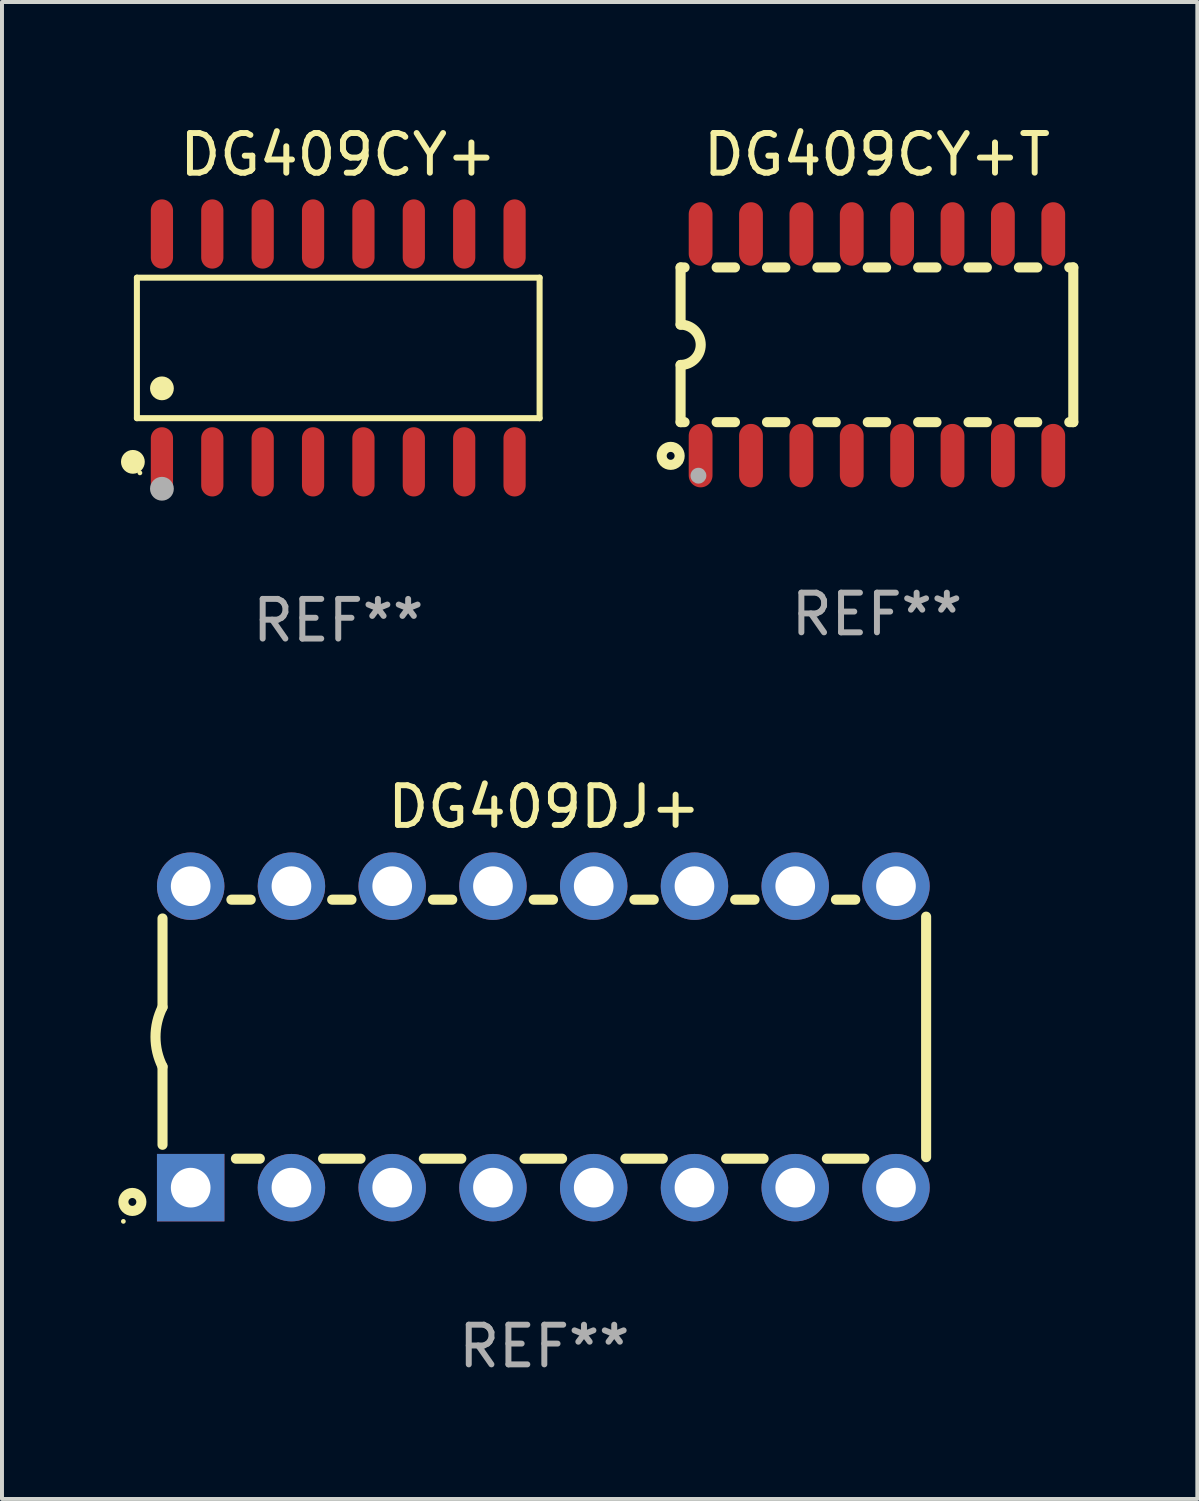
<source format=kicad_pcb>
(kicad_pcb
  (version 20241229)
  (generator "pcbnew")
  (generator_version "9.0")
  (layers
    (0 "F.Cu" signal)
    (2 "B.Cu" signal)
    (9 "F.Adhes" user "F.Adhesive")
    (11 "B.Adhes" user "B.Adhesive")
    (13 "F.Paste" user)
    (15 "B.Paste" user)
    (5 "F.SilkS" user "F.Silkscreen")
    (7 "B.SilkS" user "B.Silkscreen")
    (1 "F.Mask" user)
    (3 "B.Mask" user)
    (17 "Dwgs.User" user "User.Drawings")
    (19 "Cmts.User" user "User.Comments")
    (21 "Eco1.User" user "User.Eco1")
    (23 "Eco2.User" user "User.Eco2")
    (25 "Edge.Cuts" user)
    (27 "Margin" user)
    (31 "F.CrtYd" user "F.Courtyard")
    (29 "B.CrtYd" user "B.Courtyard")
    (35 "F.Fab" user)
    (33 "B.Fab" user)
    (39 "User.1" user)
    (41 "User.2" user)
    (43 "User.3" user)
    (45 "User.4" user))
  (footprint "DG409CY+T"
    (layer "F.Cu")
    (at 19.057 5.642)
    (property "Reference" "DG409CY+T" (at 0 -4.794 0) (layer "F.SilkS") (effects (font (size 1 1) (thickness 0.15))))
    (attr through_hole)
    (fp_line (start -4.95 -1.95) (end -4.95 -0.508) (stroke (width 0.254) (type solid)) (layer "F.SilkS"))
    (fp_line (start -4.95 -1.95) (end -4.849 -1.95) (stroke (width 0.254) (type solid)) (layer "F.SilkS"))
    (fp_line (start -4.95 1.95) (end -4.95 0.508) (stroke (width 0.254) (type solid)) (layer "F.SilkS"))
    (fp_line (start -4.95 1.95) (end -4.849 1.95) (stroke (width 0.254) (type solid)) (layer "F.SilkS"))
    (fp_line (start -4.041 -1.95) (end -3.579 -1.95) (stroke (width 0.254) (type solid)) (layer "F.SilkS"))
    (fp_line (start -4.041 1.95) (end -3.579 1.95) (stroke (width 0.254) (type solid)) (layer "F.SilkS"))
    (fp_line (start -2.771 -1.95) (end -2.309 -1.95) (stroke (width 0.254) (type solid)) (layer "F.SilkS"))
    (fp_line (start -2.771 1.95) (end -2.309 1.95) (stroke (width 0.254) (type solid)) (layer "F.SilkS"))
    (fp_line (start -1.501 -1.95) (end -1.039 -1.95) (stroke (width 0.254) (type solid)) (layer "F.SilkS"))
    (fp_line (start -1.501 1.95) (end -1.039 1.95) (stroke (width 0.254) (type solid)) (layer "F.SilkS"))
    (fp_line (start -0.231 -1.95) (end 0.231 -1.95) (stroke (width 0.254) (type solid)) (layer "F.SilkS"))
    (fp_line (start -0.231 1.95) (end 0.231 1.95) (stroke (width 0.254) (type solid)) (layer "F.SilkS"))
    (fp_line (start 1.039 -1.95) (end 1.501 -1.95) (stroke (width 0.254) (type solid)) (layer "F.SilkS"))
    (fp_line (start 1.039 1.95) (end 1.501 1.95) (stroke (width 0.254) (type solid)) (layer "F.SilkS"))
    (fp_line (start 2.309 -1.95) (end 2.771 -1.95) (stroke (width 0.254) (type solid)) (layer "F.SilkS"))
    (fp_line (start 2.309 1.95) (end 2.771 1.95) (stroke (width 0.254) (type solid)) (layer "F.SilkS"))
    (fp_line (start 3.579 -1.95) (end 4.041 -1.95) (stroke (width 0.254) (type solid)) (layer "F.SilkS"))
    (fp_line (start 3.579 1.95) (end 4.041 1.95) (stroke (width 0.254) (type solid)) (layer "F.SilkS"))
    (fp_line (start 4.849 -1.95) (end 4.95 -1.95) (stroke (width 0.254) (type solid)) (layer "F.SilkS"))
    (fp_line (start 4.849 1.95) (end 4.95 1.95) (stroke (width 0.254) (type solid)) (layer "F.SilkS"))
    (fp_line (start 4.95 -1.95) (end 4.95 1.95) (stroke (width 0.254) (type solid)) (layer "F.SilkS"))
    (fp_arc (start -4.95047 -0.508001) (mid -4.442469 -0.000228) (end -4.950013 0.508001) (stroke (width 0.254001) (type solid)) (layer "F.SilkS"))
    (fp_circle (center -5.2 2.8) (end -5.1 2.8) (stroke (width 0.254) (type solid)) (fill no) (layer "F.SilkS"))
    (fp_circle (center -4.95 2.947) (end -4.92 2.947) (stroke (width 0.06) (type solid)) (fill no) (layer "F.SilkS"))
    (fp_circle (center -4.5 3.3) (end -4.4 3.3) (stroke (width 0.2) (type solid)) (fill no) (layer "F.Fab"))
    (fp_text user "REF**" (at 0 6.794 0) (layer "F.Fab") (effects (font (size 1 1) (thickness 0.15))))
    (pad "1" smd oval (at -4.445 2.794) (size 0.6 1.6) (layers "F.Cu" "F.Mask" "F.Paste"))
    (pad "2" smd oval (at -3.175 2.794) (size 0.6 1.6) (layers "F.Cu" "F.Mask" "F.Paste"))
    (pad "3" smd oval (at -1.905 2.794) (size 0.6 1.6) (layers "F.Cu" "F.Mask" "F.Paste"))
    (pad "4" smd oval (at -0.635 2.794) (size 0.6 1.6) (layers "F.Cu" "F.Mask" "F.Paste"))
    (pad "5" smd oval (at 0.635 2.794) (size 0.6 1.6) (layers "F.Cu" "F.Mask" "F.Paste"))
    (pad "6" smd oval (at 1.905 2.794) (size 0.6 1.6) (layers "F.Cu" "F.Mask" "F.Paste"))
    (pad "7" smd oval (at 3.175 2.794) (size 0.6 1.6) (layers "F.Cu" "F.Mask" "F.Paste"))
    (pad "8" smd oval (at 4.445 2.794) (size 0.6 1.6) (layers "F.Cu" "F.Mask" "F.Paste"))
    (pad "9" smd oval (at 4.445 -2.794) (size 0.6 1.6) (layers "F.Cu" "F.Mask" "F.Paste"))
    (pad "10" smd oval (at 3.175 -2.794) (size 0.6 1.6) (layers "F.Cu" "F.Mask" "F.Paste"))
    (pad "11" smd oval (at 1.905 -2.794) (size 0.6 1.6) (layers "F.Cu" "F.Mask" "F.Paste"))
    (pad "12" smd oval (at 0.635 -2.794) (size 0.6 1.6) (layers "F.Cu" "F.Mask" "F.Paste"))
    (pad "13" smd oval (at -0.635 -2.794) (size 0.6 1.6) (layers "F.Cu" "F.Mask" "F.Paste"))
    (pad "14" smd oval (at -1.905 -2.794) (size 0.6 1.6) (layers "F.Cu" "F.Mask" "F.Paste"))
    (pad "15" smd oval (at -3.175 -2.794) (size 0.6 1.6) (layers "F.Cu" "F.Mask" "F.Paste"))
    (pad "16" smd oval (at -4.445 -2.794) (size 0.6 1.6) (layers "F.Cu" "F.Mask" "F.Paste")))
  (footprint "DG409DJ+"
    (layer "F.Cu")
    (at 10.672 23.09)
    (property "Reference" "DG409DJ+" (at 0 -5.8 0) (layer "F.SilkS") (effects (font (size 1 1) (thickness 0.15))))
    (attr through_hole)
    (fp_line (start -9.625 -0.75) (end -9.625 -2.986) (stroke (width 0.254) (type solid)) (layer "F.SilkS"))
    (fp_line (start -9.625 0.749) (end -9.625 2.719) (stroke (width 0.254) (type solid)) (layer "F.SilkS"))
    (fp_line (start -7.889 -3.46) (end -7.401 -3.46) (stroke (width 0.254) (type solid)) (layer "F.SilkS"))
    (fp_line (start -7.775 3.07) (end -7.172 3.07) (stroke (width 0.254) (type solid)) (layer "F.SilkS"))
    (fp_line (start -5.578 3.07) (end -4.632 3.07) (stroke (width 0.254) (type solid)) (layer "F.SilkS"))
    (fp_line (start -5.349 -3.46) (end -4.861 -3.46) (stroke (width 0.254) (type solid)) (layer "F.SilkS"))
    (fp_line (start -3.038 3.07) (end -2.092 3.07) (stroke (width 0.254) (type solid)) (layer "F.SilkS"))
    (fp_line (start -2.809 -3.46) (end -2.321 -3.46) (stroke (width 0.254) (type solid)) (layer "F.SilkS"))
    (fp_line (start -0.498 3.07) (end 0.448 3.07) (stroke (width 0.254) (type solid)) (layer "F.SilkS"))
    (fp_line (start -0.269 -3.46) (end 0.219 -3.46) (stroke (width 0.254) (type solid)) (layer "F.SilkS"))
    (fp_line (start 2.042 3.07) (end 2.988 3.07) (stroke (width 0.254) (type solid)) (layer "F.SilkS"))
    (fp_line (start 2.271 -3.46) (end 2.759 -3.46) (stroke (width 0.254) (type solid)) (layer "F.SilkS"))
    (fp_line (start 4.582 3.07) (end 5.528 3.07) (stroke (width 0.254) (type solid)) (layer "F.SilkS"))
    (fp_line (start 4.811 -3.46) (end 5.299 -3.46) (stroke (width 0.254) (type solid)) (layer "F.SilkS"))
    (fp_line (start 7.122 3.07) (end 8.068 3.07) (stroke (width 0.254) (type solid)) (layer "F.SilkS"))
    (fp_line (start 7.351 -3.46) (end 7.839 -3.46) (stroke (width 0.254) (type solid)) (layer "F.SilkS"))
    (fp_line (start 9.625 3.032) (end 9.625 -3.032) (stroke (width 0.254) (type solid)) (layer "F.SilkS"))
    (fp_arc (start -9.624993 0.748819) (mid -9.801912 -0.000581) (end -9.625019 -0.749987) (stroke (width 0.254001) (type solid)) (layer "F.SilkS"))
    (fp_circle (center -10.612 4.65) (end -10.582 4.65) (stroke (width 0.06) (type solid)) (fill no) (layer "F.SilkS"))
    (fp_circle (center -10.385 4.16) (end -10.285 4.16) (stroke (width 0.254) (type solid)) (fill no) (layer "F.SilkS"))
    (fp_text user "REF**" (at 0 7.8 0) (layer "F.Fab") (effects (font (size 1 1) (thickness 0.15))))
    (pad "1" thru_hole rect (at -8.915 3.8 90) (size 1.7 1.7) (drill 1) (layers "*.Cu" "*.Mask"))
    (pad "2" thru_hole circle (at -6.375 3.8) (size 1.7 1.7) (drill 1) (layers "*.Cu" "*.Mask"))
    (pad "3" thru_hole circle (at -3.835 3.8) (size 1.7 1.7) (drill 1) (layers "*.Cu" "*.Mask"))
    (pad "4" thru_hole circle (at -1.295 3.8) (size 1.7 1.7) (drill 1) (layers "*.Cu" "*.Mask"))
    (pad "5" thru_hole circle (at 1.245 3.8) (size 1.7 1.7) (drill 1) (layers "*.Cu" "*.Mask"))
    (pad "6" thru_hole circle (at 3.785 3.8) (size 1.7 1.7) (drill 1) (layers "*.Cu" "*.Mask"))
    (pad "7" thru_hole circle (at 6.325 3.8) (size 1.7 1.7) (drill 1) (layers "*.Cu" "*.Mask"))
    (pad "8" thru_hole circle (at 8.865 3.8) (size 1.7 1.7) (drill 1) (layers "*.Cu" "*.Mask"))
    (pad "9" thru_hole circle (at 8.865 -3.8) (size 1.7 1.7) (drill 1) (layers "*.Cu" "*.Mask"))
    (pad "10" thru_hole circle (at 6.325 -3.8) (size 1.7 1.7) (drill 1) (layers "*.Cu" "*.Mask"))
    (pad "11" thru_hole circle (at 3.785 -3.8) (size 1.7 1.7) (drill 1) (layers "*.Cu" "*.Mask"))
    (pad "12" thru_hole circle (at 1.245 -3.8) (size 1.7 1.7) (drill 1) (layers "*.Cu" "*.Mask"))
    (pad "13" thru_hole circle (at -1.295 -3.8) (size 1.7 1.7) (drill 1) (layers "*.Cu" "*.Mask"))
    (pad "14" thru_hole circle (at -3.835 -3.8) (size 1.7 1.7) (drill 1) (layers "*.Cu" "*.Mask"))
    (pad "15" thru_hole circle (at -6.375 -3.8) (size 1.7 1.7) (drill 1) (layers "*.Cu" "*.Mask"))
    (pad "16" thru_hole circle (at -8.915 -3.8) (size 1.7 1.7) (drill 1) (layers "*.Cu" "*.Mask")))
  (footprint "DG409CY+"
    (layer "F.Cu")
    (at 5.477 5.721)
    (property "Reference" "DG409CY+" (at 0 -4.872 0) (layer "F.SilkS") (effects (font (size 1 1) (thickness 0.15))))
    (attr through_hole)
    (fp_line (start -5.076 -1.771) (end 5.076 -1.771) (stroke (width 0.152) (type solid)) (layer "F.SilkS"))
    (fp_line (start -5.076 1.771) (end -5.076 -1.771) (stroke (width 0.152) (type solid)) (layer "F.SilkS"))
    (fp_line (start 5.076 -1.771) (end 5.076 1.771) (stroke (width 0.152) (type solid)) (layer "F.SilkS"))
    (fp_line (start 5.076 1.771) (end -5.076 1.771) (stroke (width 0.152) (type solid)) (layer "F.SilkS"))
    (fp_circle (center -5.177 2.872) (end -5.027 2.872) (stroke (width 0.3) (type solid)) (fill no) (layer "F.SilkS"))
    (fp_circle (center -5 3.15) (end -4.97 3.15) (stroke (width 0.06) (type solid)) (fill no) (layer "F.SilkS"))
    (fp_circle (center -4.445 1.019) (end -4.295 1.019) (stroke (width 0.3) (type solid)) (fill no) (layer "F.SilkS"))
    (fp_circle (center -4.445 3.55) (end -4.295 3.55) (stroke (width 0.3) (type solid)) (fill no) (layer "F.Fab"))
    (fp_text user "REF**" (at 0 6.872 0) (layer "F.Fab") (effects (font (size 1 1) (thickness 0.15))))
    (pad "1" smd oval (at -4.445 2.872) (size 0.56 1.745) (layers "F.Cu" "F.Mask" "F.Paste"))
    (pad "2" smd oval (at -3.175 2.872) (size 0.56 1.745) (layers "F.Cu" "F.Mask" "F.Paste"))
    (pad "3" smd oval (at -1.905 2.872) (size 0.56 1.745) (layers "F.Cu" "F.Mask" "F.Paste"))
    (pad "4" smd oval (at -0.635 2.872) (size 0.56 1.745) (layers "F.Cu" "F.Mask" "F.Paste"))
    (pad "5" smd oval (at 0.635 2.872) (size 0.56 1.745) (layers "F.Cu" "F.Mask" "F.Paste"))
    (pad "6" smd oval (at 1.905 2.872) (size 0.56 1.745) (layers "F.Cu" "F.Mask" "F.Paste"))
    (pad "7" smd oval (at 3.175 2.872) (size 0.56 1.745) (layers "F.Cu" "F.Mask" "F.Paste"))
    (pad "8" smd oval (at 4.445 2.872) (size 0.56 1.745) (layers "F.Cu" "F.Mask" "F.Paste"))
    (pad "9" smd oval (at 4.445 -2.872) (size 0.56 1.745) (layers "F.Cu" "F.Mask" "F.Paste"))
    (pad "10" smd oval (at 3.175 -2.872) (size 0.56 1.745) (layers "F.Cu" "F.Mask" "F.Paste"))
    (pad "11" smd oval (at 1.905 -2.872) (size 0.56 1.745) (layers "F.Cu" "F.Mask" "F.Paste"))
    (pad "12" smd oval (at 0.635 -2.872) (size 0.56 1.745) (layers "F.Cu" "F.Mask" "F.Paste"))
    (pad "13" smd oval (at -0.635 -2.872) (size 0.56 1.745) (layers "F.Cu" "F.Mask" "F.Paste"))
    (pad "14" smd oval (at -1.905 -2.872) (size 0.56 1.745) (layers "F.Cu" "F.Mask" "F.Paste"))
    (pad "15" smd oval (at -3.175 -2.872) (size 0.56 1.745) (layers "F.Cu" "F.Mask" "F.Paste"))
    (pad "16" smd oval (at -4.445 -2.872) (size 0.56 1.745) (layers "F.Cu" "F.Mask" "F.Paste")))
  (gr_rect
    (start -3 -3)
    (end 27.134 34.738)
    (stroke (width 0.1) (type default))
    (fill no)
    (layer "Edge.Cuts")))
</source>
